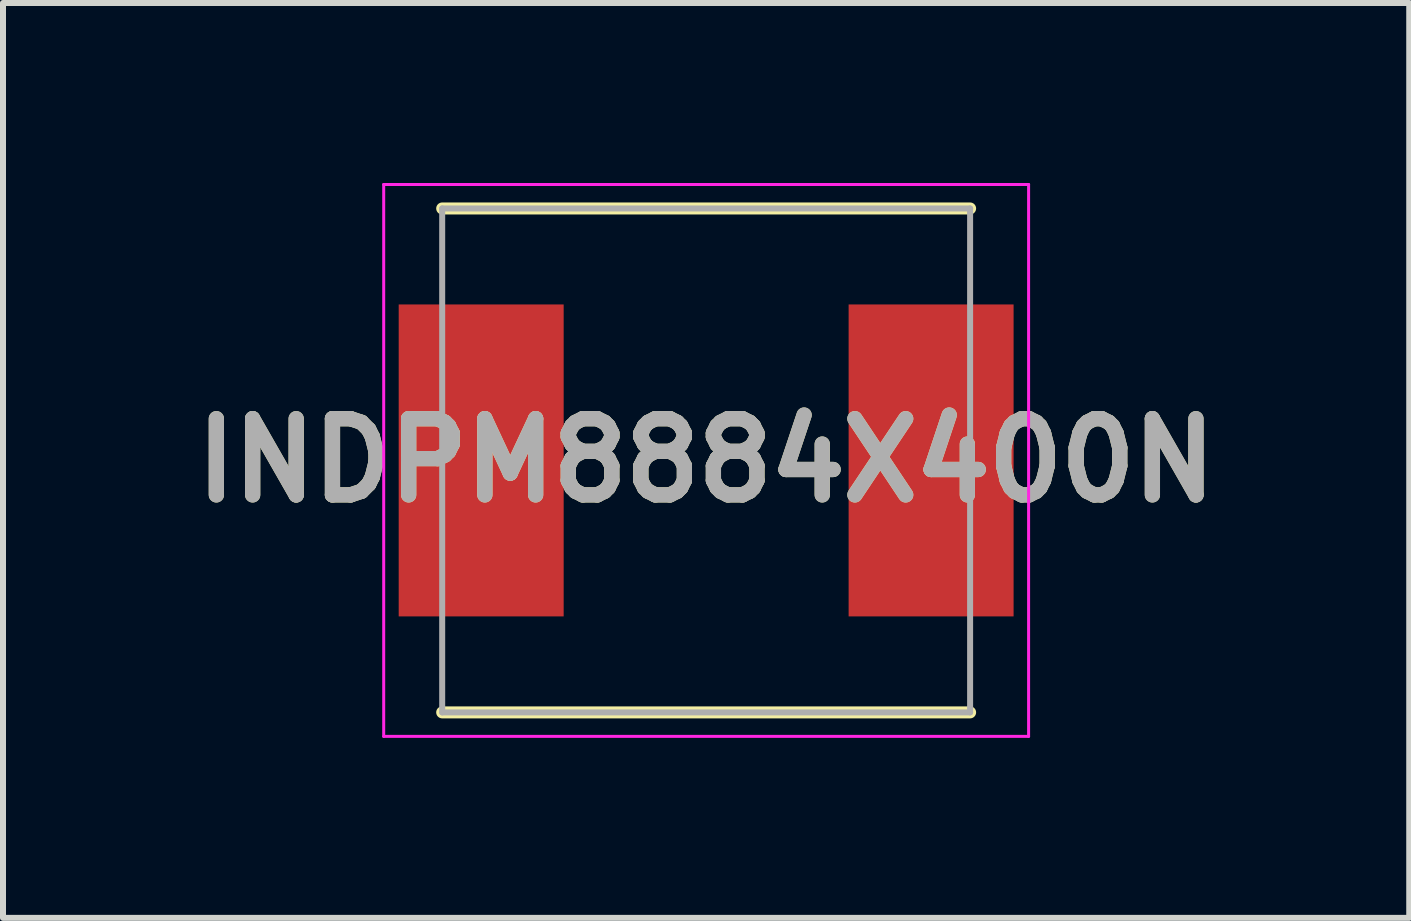
<source format=kicad_pcb>
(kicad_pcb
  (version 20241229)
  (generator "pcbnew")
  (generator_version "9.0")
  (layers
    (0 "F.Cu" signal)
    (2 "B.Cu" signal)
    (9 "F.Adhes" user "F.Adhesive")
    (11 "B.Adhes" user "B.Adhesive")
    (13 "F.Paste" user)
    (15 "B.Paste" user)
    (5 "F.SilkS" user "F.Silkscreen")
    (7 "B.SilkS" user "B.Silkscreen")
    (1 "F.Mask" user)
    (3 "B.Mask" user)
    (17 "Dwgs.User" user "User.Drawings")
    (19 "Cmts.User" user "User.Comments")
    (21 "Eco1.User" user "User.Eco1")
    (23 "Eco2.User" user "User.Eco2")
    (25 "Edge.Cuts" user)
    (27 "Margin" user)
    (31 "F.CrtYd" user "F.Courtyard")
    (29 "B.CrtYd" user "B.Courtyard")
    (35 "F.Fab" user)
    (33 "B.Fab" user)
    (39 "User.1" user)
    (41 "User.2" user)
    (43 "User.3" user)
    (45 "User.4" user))
  (footprint "INDPM8884X400N"
    (layer "F.Cu")
    (at 8.721 4.625)
    (property "Reference" "INDPM8884X400N" (at 0 0 0) (layer "F.SilkS") (effects (font (size 1.27 1.27) (thickness 0.254))))
    (attr smd)
    (fp_line (start -4.4 4.2) (end 4.4 4.2) (stroke (width 0.2) (type solid)) (layer "F.SilkS"))
    (fp_line (start 4.4 -4.2) (end -4.4 -4.2) (stroke (width 0.2) (type solid)) (layer "F.SilkS"))
    (fp_line (start -5.375 -4.6) (end 5.375 -4.6) (stroke (width 0.05) (type solid)) (layer "F.CrtYd"))
    (fp_line (start -5.375 4.6) (end -5.375 -4.6) (stroke (width 0.05) (type solid)) (layer "F.CrtYd"))
    (fp_line (start 5.375 -4.6) (end 5.375 4.6) (stroke (width 0.05) (type solid)) (layer "F.CrtYd"))
    (fp_line (start 5.375 4.6) (end -5.375 4.6) (stroke (width 0.05) (type solid)) (layer "F.CrtYd"))
    (fp_line (start -4.4 -4.2) (end 4.4 -4.2) (stroke (width 0.1) (type solid)) (layer "F.Fab"))
    (fp_line (start -4.4 4.2) (end -4.4 -4.2) (stroke (width 0.1) (type solid)) (layer "F.Fab"))
    (fp_line (start 4.4 -4.2) (end 4.4 4.2) (stroke (width 0.1) (type solid)) (layer "F.Fab"))
    (fp_line (start 4.4 4.2) (end -4.4 4.2) (stroke (width 0.1) (type solid)) (layer "F.Fab"))
    (fp_text user "${REFERENCE}" (at 0 0 0) (layer "F.Fab") (effects (font (size 1.27 1.27) (thickness 0.254))))
    (pad "1" smd rect (at -3.75 0) (size 2.75 5.2) (layers "F.Cu" "F.Mask" "F.Paste"))
    (pad "2" smd rect (at 3.75 0) (size 2.75 5.2) (layers "F.Cu" "F.Mask" "F.Paste")))
  (gr_rect
    (start -3 -3)
    (end 20.441 12.25)
    (stroke (width 0.1) (type default))
    (fill no)
    (layer "Edge.Cuts")))
</source>
